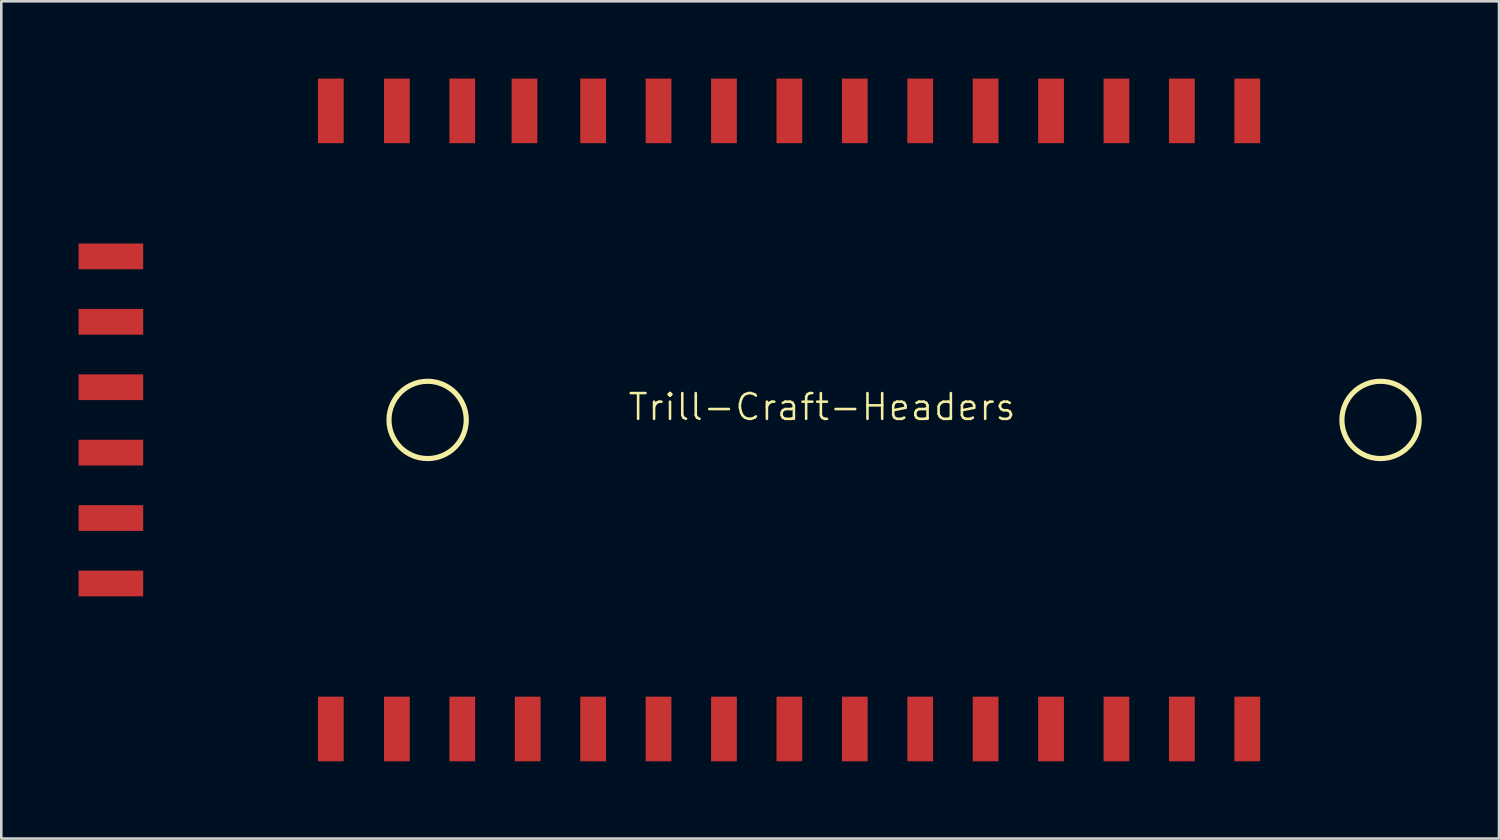
<source format=kicad_pcb>
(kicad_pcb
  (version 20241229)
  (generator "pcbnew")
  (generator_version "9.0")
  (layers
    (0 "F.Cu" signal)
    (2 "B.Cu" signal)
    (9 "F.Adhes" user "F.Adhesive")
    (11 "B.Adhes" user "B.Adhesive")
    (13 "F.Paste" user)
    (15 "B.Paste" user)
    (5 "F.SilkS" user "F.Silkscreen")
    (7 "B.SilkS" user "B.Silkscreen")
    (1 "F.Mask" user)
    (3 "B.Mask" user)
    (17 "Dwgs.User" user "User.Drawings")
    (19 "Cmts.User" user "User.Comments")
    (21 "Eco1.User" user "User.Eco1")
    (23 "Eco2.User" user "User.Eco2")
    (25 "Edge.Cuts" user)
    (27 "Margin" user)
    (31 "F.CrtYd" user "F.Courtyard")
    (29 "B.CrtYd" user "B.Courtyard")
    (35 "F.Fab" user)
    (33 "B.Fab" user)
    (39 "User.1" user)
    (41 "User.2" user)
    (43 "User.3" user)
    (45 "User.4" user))
  (footprint "Trill-Craft-Headers"
    (layer "F.Cu")
    (at 28.87 13.255)
    (property "Reference" "Trill-Craft-Headers" (at 0 -0.5 0) (unlocked yes) (layer "F.SilkS") (effects (font (size 1 1) (thickness 0.1))))
    (attr smd)
    (fp_circle (center -15.316 0) (end -13.816 0) (stroke (width 0.2) (type default)) (fill no) (layer "F.SilkS"))
    (fp_circle (center 21.684 0) (end 23.184 0) (stroke (width 0.2) (type default)) (fill no) (layer "F.SilkS"))
    (pad "0" smd rect (at -19.075 12 90) (size 2.51 1) (layers "F.Cu" "F.Mask" "F.Paste"))
    (pad "1" smd rect (at -16.51 12 90) (size 2.51 1) (layers "F.Cu" "F.Mask" "F.Paste"))
    (pad "2" smd rect (at -13.97 12 90) (size 2.51 1) (layers "F.Cu" "F.Mask" "F.Paste"))
    (pad "3" smd rect (at -11.43 12 90) (size 2.51 1) (layers "F.Cu" "F.Mask" "F.Paste"))
    (pad "4" smd rect (at -8.89 12 90) (size 2.51 1) (layers "F.Cu" "F.Mask" "F.Paste"))
    (pad "5" smd rect (at -6.35 12 90) (size 2.51 1) (layers "F.Cu" "F.Mask" "F.Paste"))
    (pad "6" smd rect (at -3.81 12 90) (size 2.51 1) (layers "F.Cu" "F.Mask" "F.Paste"))
    (pad "7" smd rect (at -1.27 12 90) (size 2.51 1) (layers "F.Cu" "F.Mask" "F.Paste"))
    (pad "8" smd rect (at 1.27 12 90) (size 2.51 1) (layers "F.Cu" "F.Mask" "F.Paste"))
    (pad "9" smd rect (at 3.81 12 90) (size 2.51 1) (layers "F.Cu" "F.Mask" "F.Paste"))
    (pad "10" smd rect (at 6.35 12 90) (size 2.51 1) (layers "F.Cu" "F.Mask" "F.Paste"))
    (pad "11" smd rect (at 8.89 12 90) (size 2.51 1) (layers "F.Cu" "F.Mask" "F.Paste"))
    (pad "12" smd rect (at 11.43 12 90) (size 2.51 1) (layers "F.Cu" "F.Mask" "F.Paste"))
    (pad "13" smd rect (at 13.97 12 90) (size 2.51 1) (layers "F.Cu" "F.Mask" "F.Paste"))
    (pad "14" smd rect (at 16.51 12 90) (size 2.51 1) (layers "F.Cu" "F.Mask" "F.Paste"))
    (pad "15" smd rect (at 16.51 -12 90) (size 2.51 1) (layers "F.Cu" "F.Mask" "F.Paste"))
    (pad "16" smd rect (at 13.97 -12 90) (size 2.51 1) (layers "F.Cu" "F.Mask" "F.Paste"))
    (pad "17" smd rect (at 11.43 -12 90) (size 2.51 1) (layers "F.Cu" "F.Mask" "F.Paste"))
    (pad "18" smd rect (at 8.89 -12 90) (size 2.51 1) (layers "F.Cu" "F.Mask" "F.Paste"))
    (pad "19" smd rect (at 6.35 -12 90) (size 2.51 1) (layers "F.Cu" "F.Mask" "F.Paste"))
    (pad "20" smd rect (at 3.81 -12 90) (size 2.51 1) (layers "F.Cu" "F.Mask" "F.Paste"))
    (pad "21" smd rect (at 1.27 -12 90) (size 2.51 1) (layers "F.Cu" "F.Mask" "F.Paste"))
    (pad "22" smd rect (at -1.27 -12 90) (size 2.51 1) (layers "F.Cu" "F.Mask" "F.Paste"))
    (pad "23" smd rect (at -3.81 -12 90) (size 2.51 1) (layers "F.Cu" "F.Mask" "F.Paste"))
    (pad "24" smd rect (at -6.35 -12 90) (size 2.51 1) (layers "F.Cu" "F.Mask" "F.Paste"))
    (pad "25" smd rect (at -8.89 -12 90) (size 2.51 1) (layers "F.Cu" "F.Mask" "F.Paste"))
    (pad "26" smd rect (at -11.555 -12 90) (size 2.51 1) (layers "F.Cu" "F.Mask" "F.Paste"))
    (pad "27" smd rect (at -13.97 -12 90) (size 2.51 1) (layers "F.Cu" "F.Mask" "F.Paste"))
    (pad "28" smd rect (at -16.51 -12 90) (size 2.51 1) (layers "F.Cu" "F.Mask" "F.Paste"))
    (pad "29" smd rect (at -19.075 -12 90) (size 2.51 1) (layers "F.Cu" "F.Mask" "F.Paste"))
    (pad "30" smd rect (at -27.615 -6.35 180) (size 2.51 1) (layers "F.Cu" "F.Mask" "F.Paste"))
    (pad "31" smd rect (at -27.615 -3.81 180) (size 2.51 1) (layers "F.Cu" "F.Mask" "F.Paste"))
    (pad "32" smd rect (at -27.615 -1.27 180) (size 2.51 1) (layers "F.Cu" "F.Mask" "F.Paste"))
    (pad "33" smd rect (at -27.615 1.27 180) (size 2.51 1) (layers "F.Cu" "F.Mask" "F.Paste"))
    (pad "34" smd rect (at -27.615 3.81 180) (size 2.51 1) (layers "F.Cu" "F.Mask" "F.Paste"))
    (pad "35" smd rect (at -27.615 6.35 180) (size 2.51 1) (layers "F.Cu" "F.Mask" "F.Paste")))
  (gr_rect
    (start -3 -3)
    (end 55.154 29.51)
    (stroke (width 0.1) (type default))
    (fill no)
    (layer "Edge.Cuts")))
</source>
